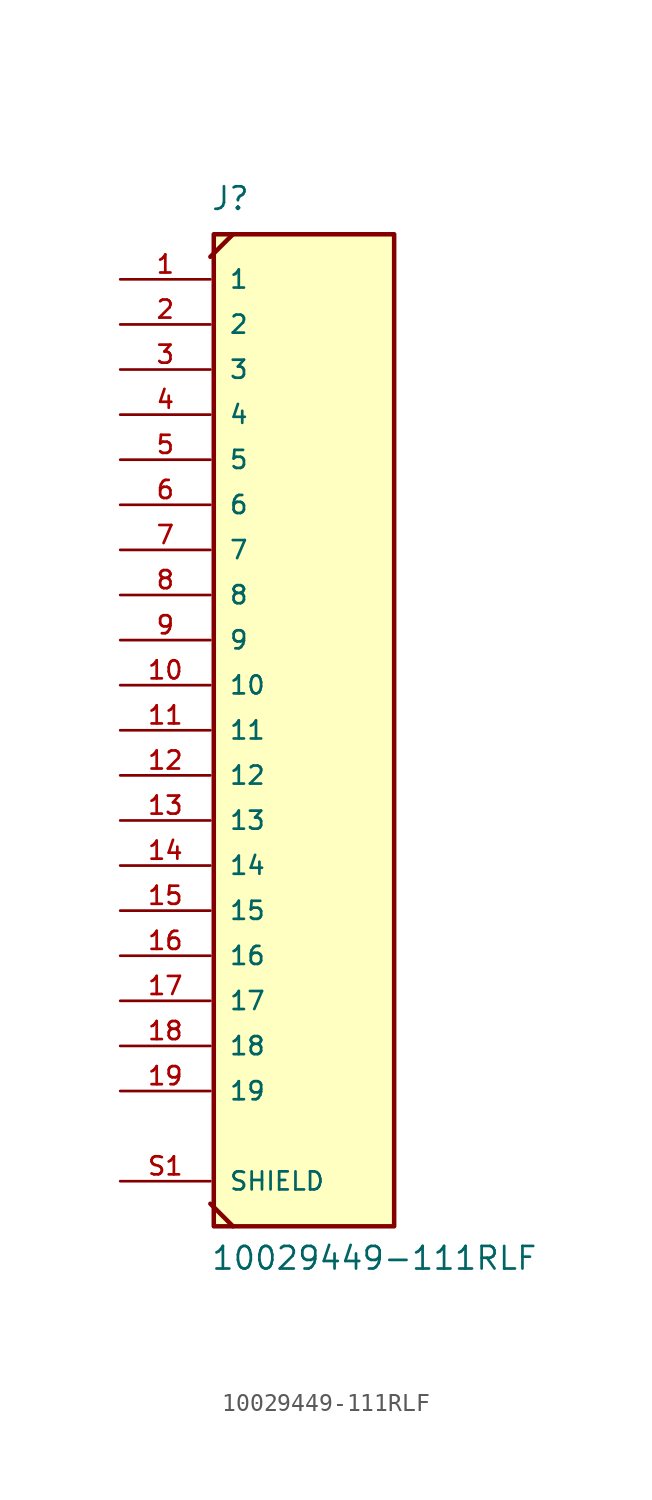
<source format=kicad_sym>
(kicad_symbol_lib
  (version 20211014)
  (generator kicad_symbol_editor)
  (symbol "10029449-111RLF"
    (pin_names
      (offset 1.016))
    (property "Reference" "J"
      (at -5.08 29.21 0)
      (effects (font (size 1.27 1.27)) (justify bottom left)))
    (property "Value" "10029449-111RLF"
      (at -5.08 -30.48 0)
      (effects (font (size 1.27 1.27)) (justify bottom left)))
    (symbol "10029449-111RLF_0_0"
      (polyline (pts (xy -3.81 27.94) (xy -5.08 26.67)) (stroke (width 0.254)))
      (polyline (pts (xy -5.08 -26.67) (xy -3.81 -27.94)) (stroke (width 0.254)))
      (rectangle (start -4.889 -27.94) (end 5.271 27.94) (stroke (width 0.254)) (fill (type background)))
      (pin passive line (at -10.16 25.4 0) (length 5.08) (name "1" (effects (font (size 1.016 1.016)))) (number "1" (effects (font (size 1.016 1.016)))))
      (pin passive line (at -10.16 22.86 0) (length 5.08) (name "2" (effects (font (size 1.016 1.016)))) (number "2" (effects (font (size 1.016 1.016)))))
      (pin passive line (at -10.16 -25.4 0) (length 5.08) (name "SHIELD" (effects (font (size 1.016 1.016)))) (number "S1" (effects (font (size 1.016 1.016)))))
      (pin passive line (at -10.16 -25.4 0) (length 5.08) hide (name "SHIELD" (effects (font (size 1.016 1.016)))) (number "S2" (effects (font (size 1.016 1.016)))))
      (pin passive line (at -10.16 -25.4 0) (length 5.08) hide (name "SHIELD" (effects (font (size 1.016 1.016)))) (number "S3" (effects (font (size 1.016 1.016)))))
      (pin passive line (at -10.16 -25.4 0) (length 5.08) hide (name "SHIELD" (effects (font (size 1.016 1.016)))) (number "S4" (effects (font (size 1.016 1.016)))))
      (pin passive line (at -10.16 20.32 0) (length 5.08) (name "3" (effects (font (size 1.016 1.016)))) (number "3" (effects (font (size 1.016 1.016)))))
      (pin passive line (at -10.16 17.78 0) (length 5.08) (name "4" (effects (font (size 1.016 1.016)))) (number "4" (effects (font (size 1.016 1.016)))))
      (pin passive line (at -10.16 15.24 0) (length 5.08) (name "5" (effects (font (size 1.016 1.016)))) (number "5" (effects (font (size 1.016 1.016)))))
      (pin passive line (at -10.16 12.7 0) (length 5.08) (name "6" (effects (font (size 1.016 1.016)))) (number "6" (effects (font (size 1.016 1.016)))))
      (pin passive line (at -10.16 10.16 0) (length 5.08) (name "7" (effects (font (size 1.016 1.016)))) (number "7" (effects (font (size 1.016 1.016)))))
      (pin passive line (at -10.16 7.62 0) (length 5.08) (name "8" (effects (font (size 1.016 1.016)))) (number "8" (effects (font (size 1.016 1.016)))))
      (pin passive line (at -10.16 5.08 0) (length 5.08) (name "9" (effects (font (size 1.016 1.016)))) (number "9" (effects (font (size 1.016 1.016)))))
      (pin passive line (at -10.16 2.54 0) (length 5.08) (name "10" (effects (font (size 1.016 1.016)))) (number "10" (effects (font (size 1.016 1.016)))))
      (pin passive line (at -10.16 0.0 0) (length 5.08) (name "11" (effects (font (size 1.016 1.016)))) (number "11" (effects (font (size 1.016 1.016)))))
      (pin passive line (at -10.16 -2.54 0) (length 5.08) (name "12" (effects (font (size 1.016 1.016)))) (number "12" (effects (font (size 1.016 1.016)))))
      (pin passive line (at -10.16 -5.08 0) (length 5.08) (name "13" (effects (font (size 1.016 1.016)))) (number "13" (effects (font (size 1.016 1.016)))))
      (pin passive line (at -10.16 -7.62 0) (length 5.08) (name "14" (effects (font (size 1.016 1.016)))) (number "14" (effects (font (size 1.016 1.016)))))
      (pin passive line (at -10.16 -10.16 0) (length 5.08) (name "15" (effects (font (size 1.016 1.016)))) (number "15" (effects (font (size 1.016 1.016)))))
      (pin passive line (at -10.16 -12.7 0) (length 5.08) (name "16" (effects (font (size 1.016 1.016)))) (number "16" (effects (font (size 1.016 1.016)))))
      (pin passive line (at -10.16 -15.24 0) (length 5.08) (name "17" (effects (font (size 1.016 1.016)))) (number "17" (effects (font (size 1.016 1.016)))))
      (pin passive line (at -10.16 -17.78 0) (length 5.08) (name "18" (effects (font (size 1.016 1.016)))) (number "18" (effects (font (size 1.016 1.016)))))
      (pin passive line (at -10.16 -20.32 0) (length 5.08) (name "19" (effects (font (size 1.016 1.016)))) (number "19" (effects (font (size 1.016 1.016))))))))
</source>
